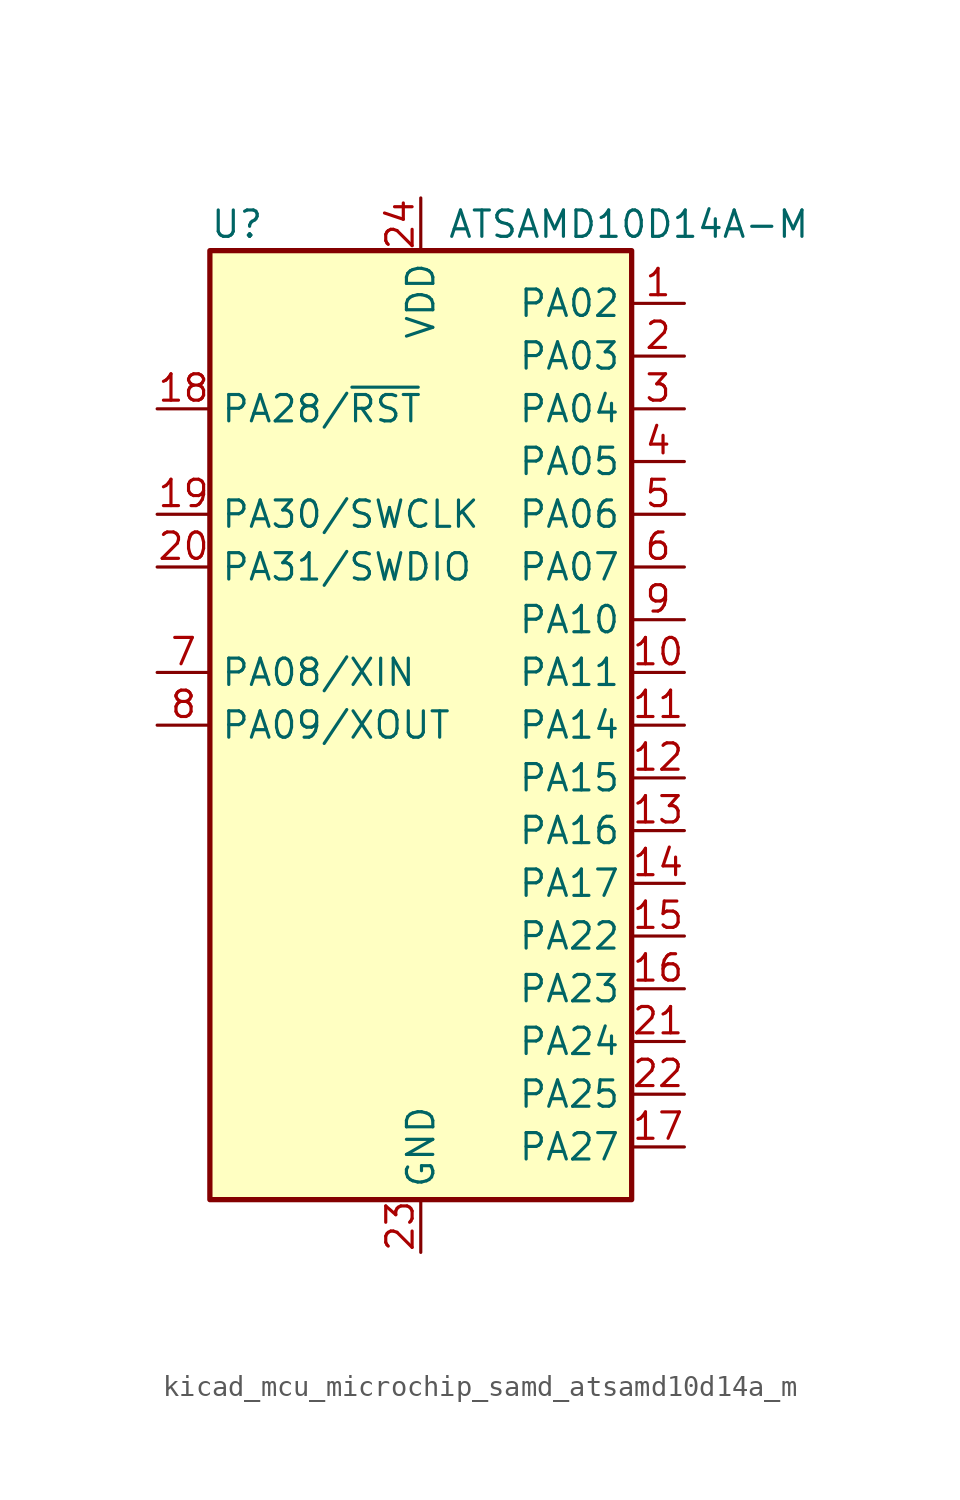
<source format=kicad_sym>
(kicad_symbol_lib
  (version 20220914)
  (generator kicad_symbol_editor)
  (symbol "kicad_mcu_microchip_samd_atsamd10d14a_m"
    (property "Reference" "U"
      (at -10.16 24.13 0)
      (effects (font (size 1.27 1.27)) (justify left)))
    (property "Value" "ATSAMD10D14A-M"
      (at 1.27 24.13 0)
      (effects (font (size 1.27 1.27)) (justify left)))
    (symbol "kicad_mcu_microchip_samd_atsamd10d14a_m_0_1"
      (rectangle (start -10.16 22.86) (end 10.16 -22.86) (stroke (width 0.254) (type default)) (fill (type background))))
    (symbol "kicad_mcu_microchip_samd_atsamd10d14a_m_1_1"
      (pin bidirectional line (at 12.7 20.32 180) (length 2.54) (name "PA02" (effects (font (size 1.27 1.27)))) (number "1" (effects (font (size 1.27 1.27)))))
      (pin bidirectional line (at 12.7 2.54 180) (length 2.54) (name "PA11" (effects (font (size 1.27 1.27)))) (number "10" (effects (font (size 1.27 1.27)))))
      (pin bidirectional line (at 12.7 0 180) (length 2.54) (name "PA14" (effects (font (size 1.27 1.27)))) (number "11" (effects (font (size 1.27 1.27)))))
      (pin bidirectional line (at 12.7 -2.54 180) (length 2.54) (name "PA15" (effects (font (size 1.27 1.27)))) (number "12" (effects (font (size 1.27 1.27)))))
      (pin bidirectional line (at 12.7 -5.08 180) (length 2.54) (name "PA16" (effects (font (size 1.27 1.27)))) (number "13" (effects (font (size 1.27 1.27)))))
      (pin bidirectional line (at 12.7 -7.62 180) (length 2.54) (name "PA17" (effects (font (size 1.27 1.27)))) (number "14" (effects (font (size 1.27 1.27)))))
      (pin bidirectional line (at 12.7 -10.16 180) (length 2.54) (name "PA22" (effects (font (size 1.27 1.27)))) (number "15" (effects (font (size 1.27 1.27)))))
      (pin bidirectional line (at 12.7 -12.7 180) (length 2.54) (name "PA23" (effects (font (size 1.27 1.27)))) (number "16" (effects (font (size 1.27 1.27)))))
      (pin bidirectional line (at 12.7 -20.32 180) (length 2.54) (name "PA27" (effects (font (size 1.27 1.27)))) (number "17" (effects (font (size 1.27 1.27)))))
      (pin bidirectional line (at -12.7 15.24 0) (length 2.54) (name "PA28/~{RST}" (effects (font (size 1.27 1.27)))) (number "18" (effects (font (size 1.27 1.27)))))
      (pin bidirectional line (at -12.7 10.16 0) (length 2.54) (name "PA30/SWCLK" (effects (font (size 1.27 1.27)))) (number "19" (effects (font (size 1.27 1.27)))))
      (pin bidirectional line (at 12.7 17.78 180) (length 2.54) (name "PA03" (effects (font (size 1.27 1.27)))) (number "2" (effects (font (size 1.27 1.27)))))
      (pin bidirectional line (at -12.7 7.62 0) (length 2.54) (name "PA31/SWDIO" (effects (font (size 1.27 1.27)))) (number "20" (effects (font (size 1.27 1.27)))))
      (pin bidirectional line (at 12.7 -15.24 180) (length 2.54) (name "PA24" (effects (font (size 1.27 1.27)))) (number "21" (effects (font (size 1.27 1.27)))))
      (pin bidirectional line (at 12.7 -17.78 180) (length 2.54) (name "PA25" (effects (font (size 1.27 1.27)))) (number "22" (effects (font (size 1.27 1.27)))))
      (pin power_in line (at 0 -25.4 90) (length 2.54) (name "GND" (effects (font (size 1.27 1.27)))) (number "23" (effects (font (size 1.27 1.27)))))
      (pin power_in line (at 0 25.4 270) (length 2.54) (name "VDD" (effects (font (size 1.27 1.27)))) (number "24" (effects (font (size 1.27 1.27)))))
      (pin bidirectional line (at 12.7 15.24 180) (length 2.54) (name "PA04" (effects (font (size 1.27 1.27)))) (number "3" (effects (font (size 1.27 1.27)))))
      (pin bidirectional line (at 12.7 12.7 180) (length 2.54) (name "PA05" (effects (font (size 1.27 1.27)))) (number "4" (effects (font (size 1.27 1.27)))))
      (pin bidirectional line (at 12.7 10.16 180) (length 2.54) (name "PA06" (effects (font (size 1.27 1.27)))) (number "5" (effects (font (size 1.27 1.27)))))
      (pin bidirectional line (at 12.7 7.62 180) (length 2.54) (name "PA07" (effects (font (size 1.27 1.27)))) (number "6" (effects (font (size 1.27 1.27)))))
      (pin bidirectional line (at -12.7 2.54 0) (length 2.54) (name "PA08/XIN" (effects (font (size 1.27 1.27)))) (number "7" (effects (font (size 1.27 1.27)))))
      (pin bidirectional line (at -12.7 0 0) (length 2.54) (name "PA09/XOUT" (effects (font (size 1.27 1.27)))) (number "8" (effects (font (size 1.27 1.27)))))
      (pin bidirectional line (at 12.7 5.08 180) (length 2.54) (name "PA10" (effects (font (size 1.27 1.27)))) (number "9" (effects (font (size 1.27 1.27))))))))
</source>
